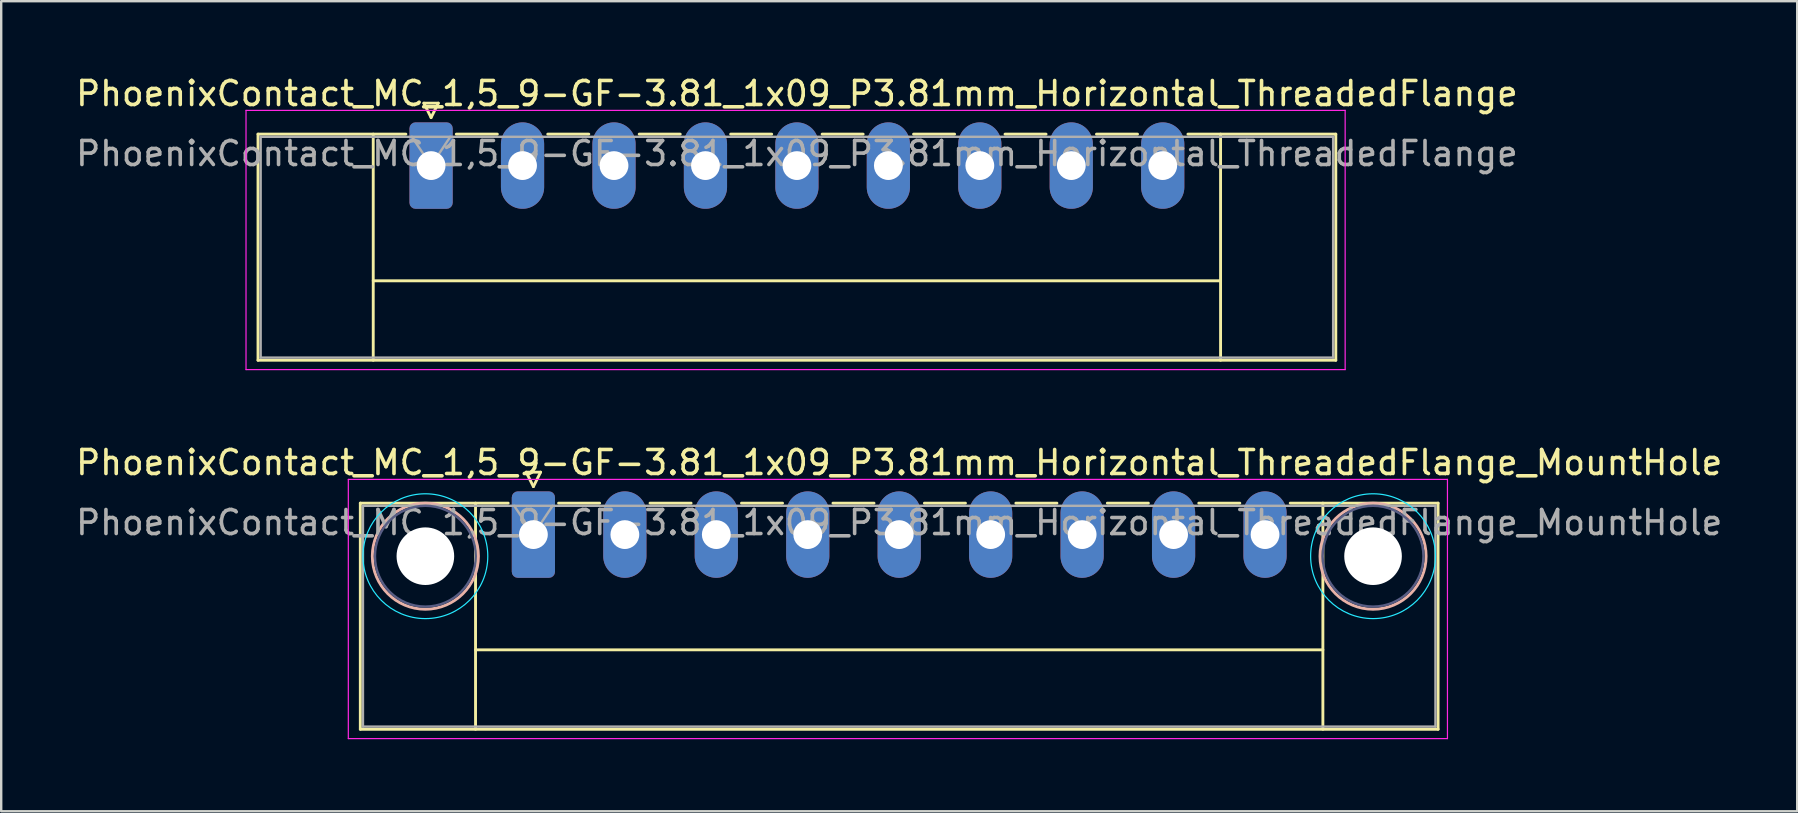
<source format=kicad_pcb>
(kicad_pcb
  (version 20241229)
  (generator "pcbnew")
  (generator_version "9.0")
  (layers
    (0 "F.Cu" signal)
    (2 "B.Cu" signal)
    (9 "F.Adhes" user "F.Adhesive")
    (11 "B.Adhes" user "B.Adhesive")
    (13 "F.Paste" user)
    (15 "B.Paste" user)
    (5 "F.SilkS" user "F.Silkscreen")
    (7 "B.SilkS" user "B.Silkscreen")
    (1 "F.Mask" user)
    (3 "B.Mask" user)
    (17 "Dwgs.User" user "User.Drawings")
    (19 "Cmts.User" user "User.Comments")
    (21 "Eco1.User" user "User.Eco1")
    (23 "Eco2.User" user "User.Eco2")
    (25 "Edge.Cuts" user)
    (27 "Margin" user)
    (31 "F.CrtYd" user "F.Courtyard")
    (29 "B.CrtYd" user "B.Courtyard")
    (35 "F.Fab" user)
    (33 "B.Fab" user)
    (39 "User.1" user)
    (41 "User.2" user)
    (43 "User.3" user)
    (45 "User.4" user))
  (footprint "PhoenixContact_MC_1,5_9-GF-3.81_1x09_P3.81mm_Horizontal_ThreadedFlange"
    (layer "F.Cu")
    (at 14.909 3.848)
    (property "Reference" "PhoenixContact_MC_1,5_9-GF-3.81_1x09_P3.81mm_Horizontal_ThreadedFlange" (at 15.24 -3 0) (layer "F.SilkS") (effects (font (size 1 1) (thickness 0.15))))
    (attr through_hole)
    (fp_line (start -7.21 -1.31) (end -7.21 8.11) (stroke (width 0.12) (type solid)) (layer "F.SilkS"))
    (fp_line (start -7.21 -1.31) (end -1.05 -1.31) (stroke (width 0.12) (type solid)) (layer "F.SilkS"))
    (fp_line (start -7.21 8.11) (end 37.69 8.11) (stroke (width 0.12) (type solid)) (layer "F.SilkS"))
    (fp_line (start -2.41 -1.31) (end -2.41 8.11) (stroke (width 0.12) (type solid)) (layer "F.SilkS"))
    (fp_line (start -2.41 4.8) (end 32.89 4.8) (stroke (width 0.12) (type solid)) (layer "F.SilkS"))
    (fp_line (start -0.3 -2.6) (end 0.3 -2.6) (stroke (width 0.12) (type solid)) (layer "F.SilkS"))
    (fp_line (start 0 -2) (end -0.3 -2.6) (stroke (width 0.12) (type solid)) (layer "F.SilkS"))
    (fp_line (start 0.3 -2.6) (end 0 -2) (stroke (width 0.12) (type solid)) (layer "F.SilkS"))
    (fp_line (start 1.05 -1.31) (end 2.76 -1.31) (stroke (width 0.12) (type solid)) (layer "F.SilkS"))
    (fp_line (start 4.86 -1.31) (end 6.57 -1.31) (stroke (width 0.12) (type solid)) (layer "F.SilkS"))
    (fp_line (start 8.67 -1.31) (end 10.38 -1.31) (stroke (width 0.12) (type solid)) (layer "F.SilkS"))
    (fp_line (start 12.48 -1.31) (end 14.19 -1.31) (stroke (width 0.12) (type solid)) (layer "F.SilkS"))
    (fp_line (start 16.29 -1.31) (end 18 -1.31) (stroke (width 0.12) (type solid)) (layer "F.SilkS"))
    (fp_line (start 20.1 -1.31) (end 21.81 -1.31) (stroke (width 0.12) (type solid)) (layer "F.SilkS"))
    (fp_line (start 23.91 -1.31) (end 25.62 -1.31) (stroke (width 0.12) (type solid)) (layer "F.SilkS"))
    (fp_line (start 27.72 -1.31) (end 29.43 -1.31) (stroke (width 0.12) (type solid)) (layer "F.SilkS"))
    (fp_line (start 32.89 -1.31) (end 32.89 8.11) (stroke (width 0.12) (type solid)) (layer "F.SilkS"))
    (fp_line (start 37.69 -1.31) (end 31.53 -1.31) (stroke (width 0.12) (type solid)) (layer "F.SilkS"))
    (fp_line (start 37.69 8.11) (end 37.69 -1.31) (stroke (width 0.12) (type solid)) (layer "F.SilkS"))
    (fp_line (start -7.71 -2.3) (end -7.71 8.5) (stroke (width 0.05) (type solid)) (layer "F.CrtYd"))
    (fp_line (start -7.71 8.5) (end 38.08 8.5) (stroke (width 0.05) (type solid)) (layer "F.CrtYd"))
    (fp_line (start 38.08 -2.3) (end -7.71 -2.3) (stroke (width 0.05) (type solid)) (layer "F.CrtYd"))
    (fp_line (start 38.08 8.5) (end 38.08 -2.3) (stroke (width 0.05) (type solid)) (layer "F.CrtYd"))
    (fp_line (start -7.1 -1.2) (end -7.1 8) (stroke (width 0.1) (type solid)) (layer "F.Fab"))
    (fp_line (start -7.1 8) (end 37.58 8) (stroke (width 0.1) (type solid)) (layer "F.Fab"))
    (fp_line (start 0 0) (end -0.8 -1.2) (stroke (width 0.1) (type solid)) (layer "F.Fab"))
    (fp_line (start 0.8 -1.2) (end 0 0) (stroke (width 0.1) (type solid)) (layer "F.Fab"))
    (fp_line (start 37.58 -1.2) (end -7.1 -1.2) (stroke (width 0.1) (type solid)) (layer "F.Fab"))
    (fp_line (start 37.58 8) (end 37.58 -1.2) (stroke (width 0.1) (type solid)) (layer "F.Fab"))
    (fp_text user "${REFERENCE}" (at 15.24 -0.5 0) (layer "F.Fab") (effects (font (size 1 1) (thickness 0.15))))
    (pad "1" thru_hole roundrect (at 0 0) (size 1.8 3.6) (drill 1.2) (layers "*.Cu" "*.Mask") (roundrect_rratio 0.139))
    (pad "2" thru_hole oval (at 3.81 0) (size 1.8 3.6) (drill 1.2) (layers "*.Cu" "*.Mask"))
    (pad "3" thru_hole oval (at 7.62 0) (size 1.8 3.6) (drill 1.2) (layers "*.Cu" "*.Mask"))
    (pad "4" thru_hole oval (at 11.43 0) (size 1.8 3.6) (drill 1.2) (layers "*.Cu" "*.Mask"))
    (pad "5" thru_hole oval (at 15.24 0) (size 1.8 3.6) (drill 1.2) (layers "*.Cu" "*.Mask"))
    (pad "6" thru_hole oval (at 19.05 0) (size 1.8 3.6) (drill 1.2) (layers "*.Cu" "*.Mask"))
    (pad "7" thru_hole oval (at 22.86 0) (size 1.8 3.6) (drill 1.2) (layers "*.Cu" "*.Mask"))
    (pad "8" thru_hole oval (at 26.67 0) (size 1.8 3.6) (drill 1.2) (layers "*.Cu" "*.Mask"))
    (pad "9" thru_hole oval (at 30.48 0) (size 1.8 3.6) (drill 1.2) (layers "*.Cu" "*.Mask")))
  (footprint "PhoenixContact_MC_1,5_9-GF-3.81_1x09_P3.81mm_Horizontal_ThreadedFlange_MountHole"
    (layer "F.Cu")
    (at 19.171 19.221)
    (property "Reference" "PhoenixContact_MC_1,5_9-GF-3.81_1x09_P3.81mm_Horizontal_ThreadedFlange_MountHole" (at 15.24 -3 0) (layer "F.SilkS") (effects (font (size 1 1) (thickness 0.15))))
    (attr through_hole)
    (fp_line (start -7.21 -1.31) (end -7.21 8.11) (stroke (width 0.12) (type solid)) (layer "F.SilkS"))
    (fp_line (start -7.21 -1.31) (end -1.05 -1.31) (stroke (width 0.12) (type solid)) (layer "F.SilkS"))
    (fp_line (start -7.21 8.11) (end 37.69 8.11) (stroke (width 0.12) (type solid)) (layer "F.SilkS"))
    (fp_line (start -2.41 -1.31) (end -2.41 8.11) (stroke (width 0.12) (type solid)) (layer "F.SilkS"))
    (fp_line (start -2.41 4.8) (end 32.89 4.8) (stroke (width 0.12) (type solid)) (layer "F.SilkS"))
    (fp_line (start -0.3 -2.6) (end 0.3 -2.6) (stroke (width 0.12) (type solid)) (layer "F.SilkS"))
    (fp_line (start 0 -2) (end -0.3 -2.6) (stroke (width 0.12) (type solid)) (layer "F.SilkS"))
    (fp_line (start 0.3 -2.6) (end 0 -2) (stroke (width 0.12) (type solid)) (layer "F.SilkS"))
    (fp_line (start 1.05 -1.31) (end 2.76 -1.31) (stroke (width 0.12) (type solid)) (layer "F.SilkS"))
    (fp_line (start 4.86 -1.31) (end 6.57 -1.31) (stroke (width 0.12) (type solid)) (layer "F.SilkS"))
    (fp_line (start 8.67 -1.31) (end 10.38 -1.31) (stroke (width 0.12) (type solid)) (layer "F.SilkS"))
    (fp_line (start 12.48 -1.31) (end 14.19 -1.31) (stroke (width 0.12) (type solid)) (layer "F.SilkS"))
    (fp_line (start 16.29 -1.31) (end 18 -1.31) (stroke (width 0.12) (type solid)) (layer "F.SilkS"))
    (fp_line (start 20.1 -1.31) (end 21.81 -1.31) (stroke (width 0.12) (type solid)) (layer "F.SilkS"))
    (fp_line (start 23.91 -1.31) (end 25.62 -1.31) (stroke (width 0.12) (type solid)) (layer "F.SilkS"))
    (fp_line (start 27.72 -1.31) (end 29.43 -1.31) (stroke (width 0.12) (type solid)) (layer "F.SilkS"))
    (fp_line (start 32.89 -1.31) (end 32.89 8.11) (stroke (width 0.12) (type solid)) (layer "F.SilkS"))
    (fp_line (start 37.69 -1.31) (end 31.53 -1.31) (stroke (width 0.12) (type solid)) (layer "F.SilkS"))
    (fp_line (start 37.69 8.11) (end 37.69 -1.31) (stroke (width 0.12) (type solid)) (layer "F.SilkS"))
    (fp_circle (center -4.5 0.9) (end -2.29 0.9) (stroke (width 0.12) (type solid)) (fill no) (layer "B.SilkS"))
    (fp_circle (center 34.98 0.9) (end 37.19 0.9) (stroke (width 0.12) (type solid)) (fill no) (layer "B.SilkS"))
    (fp_circle (center -4.5 0.9) (end -1.9 0.9) (stroke (width 0.05) (type solid)) (fill no) (layer "B.CrtYd"))
    (fp_circle (center 34.98 0.9) (end 37.58 0.9) (stroke (width 0.05) (type solid)) (fill no) (layer "B.CrtYd"))
    (fp_line (start -7.71 -2.3) (end -7.71 8.5) (stroke (width 0.05) (type solid)) (layer "F.CrtYd"))
    (fp_line (start -7.71 8.5) (end 38.08 8.5) (stroke (width 0.05) (type solid)) (layer "F.CrtYd"))
    (fp_line (start 38.08 -2.3) (end -7.71 -2.3) (stroke (width 0.05) (type solid)) (layer "F.CrtYd"))
    (fp_line (start 38.08 8.5) (end 38.08 -2.3) (stroke (width 0.05) (type solid)) (layer "F.CrtYd"))
    (fp_circle (center -4.5 0.9) (end -2.4 0.9) (stroke (width 0.1) (type solid)) (fill no) (layer "B.Fab"))
    (fp_circle (center 34.98 0.9) (end 37.08 0.9) (stroke (width 0.1) (type solid)) (fill no) (layer "B.Fab"))
    (fp_line (start -7.1 -1.2) (end -7.1 8) (stroke (width 0.1) (type solid)) (layer "F.Fab"))
    (fp_line (start -7.1 8) (end 37.58 8) (stroke (width 0.1) (type solid)) (layer "F.Fab"))
    (fp_line (start 0 0) (end -0.8 -1.2) (stroke (width 0.1) (type solid)) (layer "F.Fab"))
    (fp_line (start 0.8 -1.2) (end 0 0) (stroke (width 0.1) (type solid)) (layer "F.Fab"))
    (fp_line (start 37.58 -1.2) (end -7.1 -1.2) (stroke (width 0.1) (type solid)) (layer "F.Fab"))
    (fp_line (start 37.58 8) (end 37.58 -1.2) (stroke (width 0.1) (type solid)) (layer "F.Fab"))
    (fp_text user "${REFERENCE}" (at 15.24 -0.5 0) (layer "F.Fab") (effects (font (size 1 1) (thickness 0.15))))
    (pad "" np_thru_hole circle (at -4.5 0.9) (size 2.4 2.4) (drill 2.4) (layers "*.Cu" "*.Mask"))
    (pad "" np_thru_hole circle (at 34.98 0.9) (size 2.4 2.4) (drill 2.4) (layers "*.Cu" "*.Mask"))
    (pad "1" thru_hole roundrect (at 0 0) (size 1.8 3.6) (drill 1.2) (layers "*.Cu" "*.Mask") (roundrect_rratio 0.139))
    (pad "2" thru_hole oval (at 3.81 0) (size 1.8 3.6) (drill 1.2) (layers "*.Cu" "*.Mask"))
    (pad "3" thru_hole oval (at 7.62 0) (size 1.8 3.6) (drill 1.2) (layers "*.Cu" "*.Mask"))
    (pad "4" thru_hole oval (at 11.43 0) (size 1.8 3.6) (drill 1.2) (layers "*.Cu" "*.Mask"))
    (pad "5" thru_hole oval (at 15.24 0) (size 1.8 3.6) (drill 1.2) (layers "*.Cu" "*.Mask"))
    (pad "6" thru_hole oval (at 19.05 0) (size 1.8 3.6) (drill 1.2) (layers "*.Cu" "*.Mask"))
    (pad "7" thru_hole oval (at 22.86 0) (size 1.8 3.6) (drill 1.2) (layers "*.Cu" "*.Mask"))
    (pad "8" thru_hole oval (at 26.67 0) (size 1.8 3.6) (drill 1.2) (layers "*.Cu" "*.Mask"))
    (pad "9" thru_hole oval (at 30.48 0) (size 1.8 3.6) (drill 1.2) (layers "*.Cu" "*.Mask")))
  (gr_rect
    (start -3 -3)
    (end 71.821 30.747)
    (stroke (width 0.1) (type default))
    (fill no)
    (layer "Edge.Cuts")))
</source>
